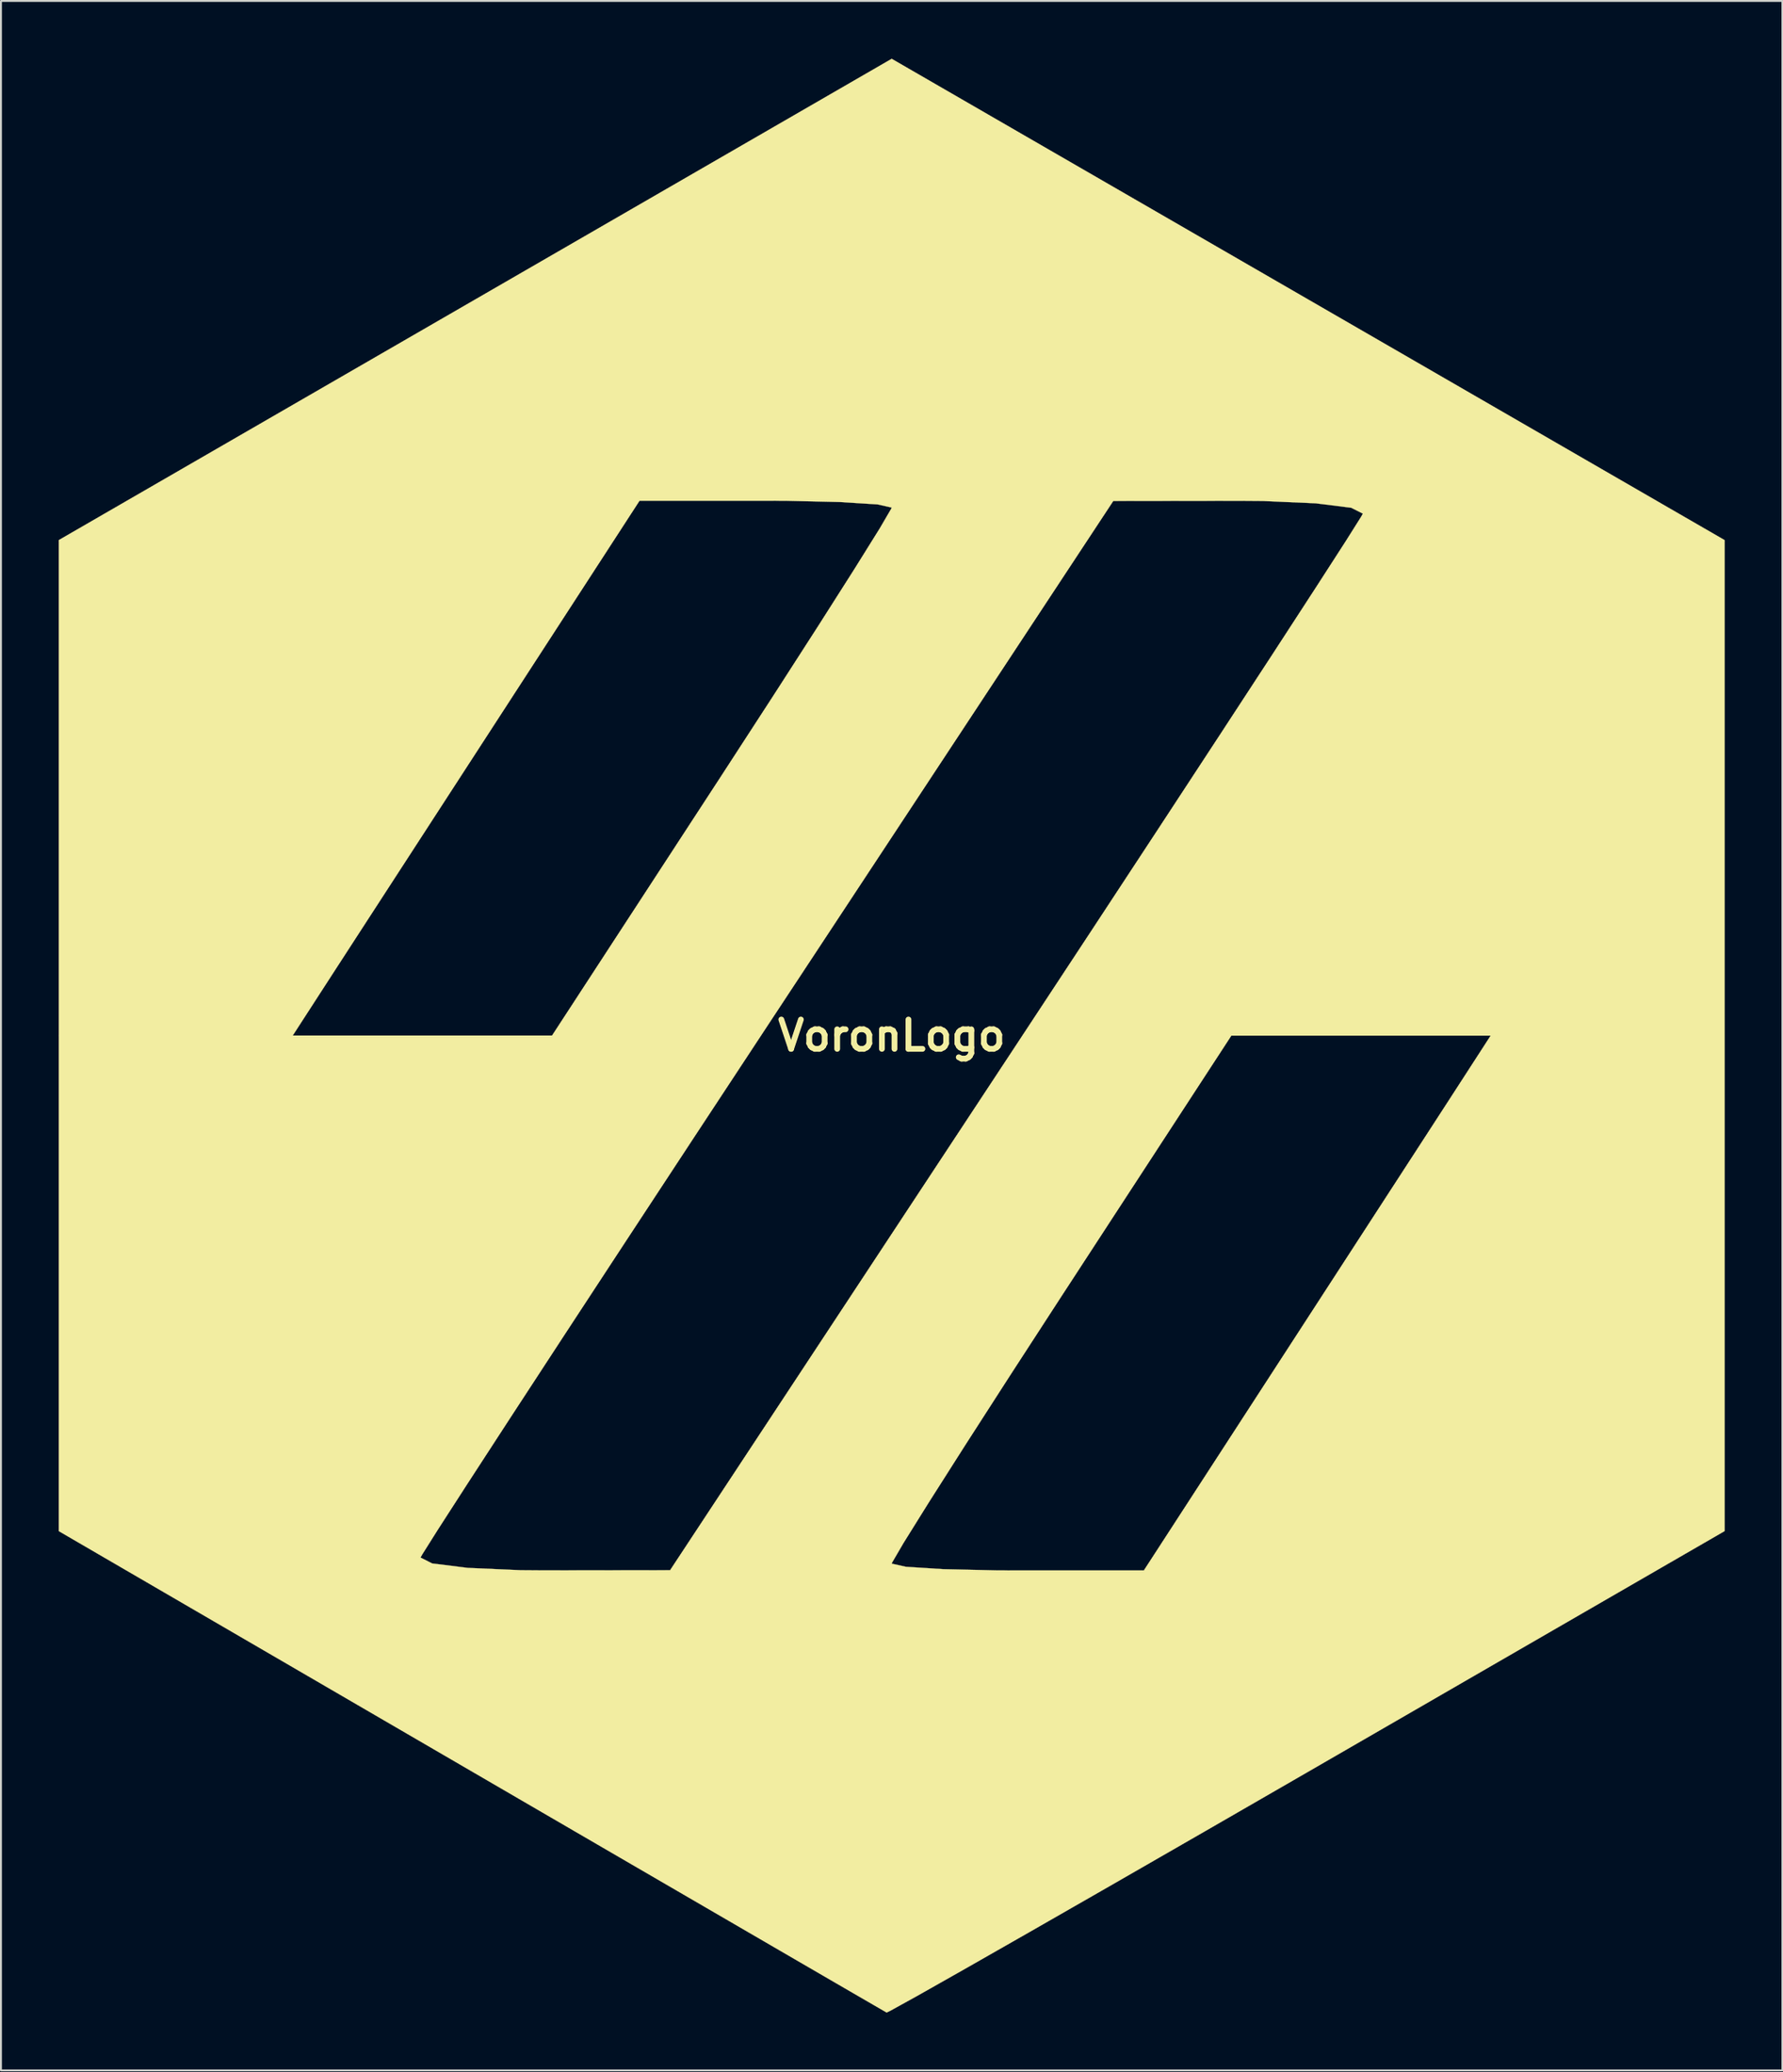
<source format=kicad_pcb>
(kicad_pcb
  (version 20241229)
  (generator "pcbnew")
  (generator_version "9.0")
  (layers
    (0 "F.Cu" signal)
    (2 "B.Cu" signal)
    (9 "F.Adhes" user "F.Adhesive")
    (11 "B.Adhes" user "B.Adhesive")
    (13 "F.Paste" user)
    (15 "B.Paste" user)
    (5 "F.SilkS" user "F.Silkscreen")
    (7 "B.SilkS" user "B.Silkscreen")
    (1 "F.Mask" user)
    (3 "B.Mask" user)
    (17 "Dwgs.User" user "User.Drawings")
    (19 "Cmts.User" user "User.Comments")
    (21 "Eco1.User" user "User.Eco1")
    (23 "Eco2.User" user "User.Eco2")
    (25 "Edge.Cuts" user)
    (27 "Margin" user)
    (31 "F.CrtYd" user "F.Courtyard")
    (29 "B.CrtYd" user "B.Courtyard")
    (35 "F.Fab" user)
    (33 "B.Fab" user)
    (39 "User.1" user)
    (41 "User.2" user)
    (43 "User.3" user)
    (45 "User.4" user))
  (footprint "VoronLogo"
    (layer "F.Cu")
    (at 43.264 50.732)
    (property "Reference" "VoronLogo" (at 0 0 0) (layer "F.SilkS") (effects (font (size 1.524 1.524) (thickness 0.3))))
    (attr through_hole)
    (fp_poly (pts (xy 21.63 -38.23) (xy 43.259 -25.733) (xy 43.259 25.733) (xy 21.567 38.267) (xy 16.257 41.33) (xy 11.41 44.118) (xy 7.19 46.537) (xy 3.762 48.492) (xy 1.291 49.89) (xy -0.058 50.636) (xy -0.262 50.735) (xy -0.954 50.335) (xy -2.854 49.233) (xy -5.794 47.525) (xy -9.608 45.308) (xy -14.133 42.678) (xy -19.2 39.731) (xy -21.828 38.202) (xy -40.9 27.107) (xy -24.474 27.107) (xy -23.868 27.413) (xy -22.024 27.644) (xy -19.29 27.764) (xy -18.124 27.773) (xy -11.509 27.765) (xy -11.284 27.423) (xy 0 27.423) (xy 0.732 27.587) (xy 2.682 27.711) (xy 5.478 27.775) (xy 6.548 27.779) (xy 13.097 27.778) (xy 20.637 16.157) (xy 23.216 12.182) (xy 25.593 8.518) (xy 27.592 5.437) (xy 29.035 3.211) (xy 29.645 2.268) (xy 31.112 0) (xy 17.642 0) (xy 8.821 13.532) (xy 6.157 17.636) (xy 3.815 21.275) (xy 1.926 24.245) (xy 0.619 26.342) (xy 0.023 27.362) (xy 0 27.423) (xy -11.284 27.423) (xy 6.35 0.666) (xy 10.219 -5.212) (xy 13.813 -10.684) (xy 17.038 -15.606) (xy 19.8 -19.835) (xy 22.006 -23.229) (xy 23.563 -25.643) (xy 24.377 -26.935) (xy 24.474 -27.107) (xy 23.868 -27.413) (xy 22.024 -27.644) (xy 19.29 -27.764) (xy 18.124 -27.773) (xy 11.509 -27.765) (xy -6.35 -0.666) (xy -10.219 5.212) (xy -13.813 10.684) (xy -17.038 15.606) (xy -19.8 19.835) (xy -22.006 23.229) (xy -23.563 25.643) (xy -24.377 26.935) (xy -24.474 27.107) (xy -40.9 27.107) (xy -43.259 25.735) (xy -43.259 0) (xy -31.112 0) (xy -17.642 0) (xy -8.821 -13.532) (xy -6.157 -17.636) (xy -3.815 -21.275) (xy -1.926 -24.245) (xy -0.619 -26.342) (xy -0.023 -27.362) (xy 0 -27.423) (xy -0.732 -27.587) (xy -2.682 -27.711) (xy -5.478 -27.775) (xy -6.548 -27.779) (xy -13.097 -27.778) (xy -20.637 -16.157) (xy -23.216 -12.182) (xy -25.593 -8.518) (xy -27.592 -5.437) (xy -29.035 -3.211) (xy -29.645 -2.268) (xy -31.112 0) (xy -43.259 0) (xy -43.259 -25.733) (xy -21.63 -38.23) (xy 0 -50.727) (xy 21.63 -38.23)) (stroke (width 0.01) (type solid)) (fill yes) (layer "F.SilkS")))
  (gr_rect
    (start -3 -3)
    (end 89.529 104.472)
    (stroke (width 0.1) (type default))
    (fill no)
    (layer "Edge.Cuts")))
</source>
